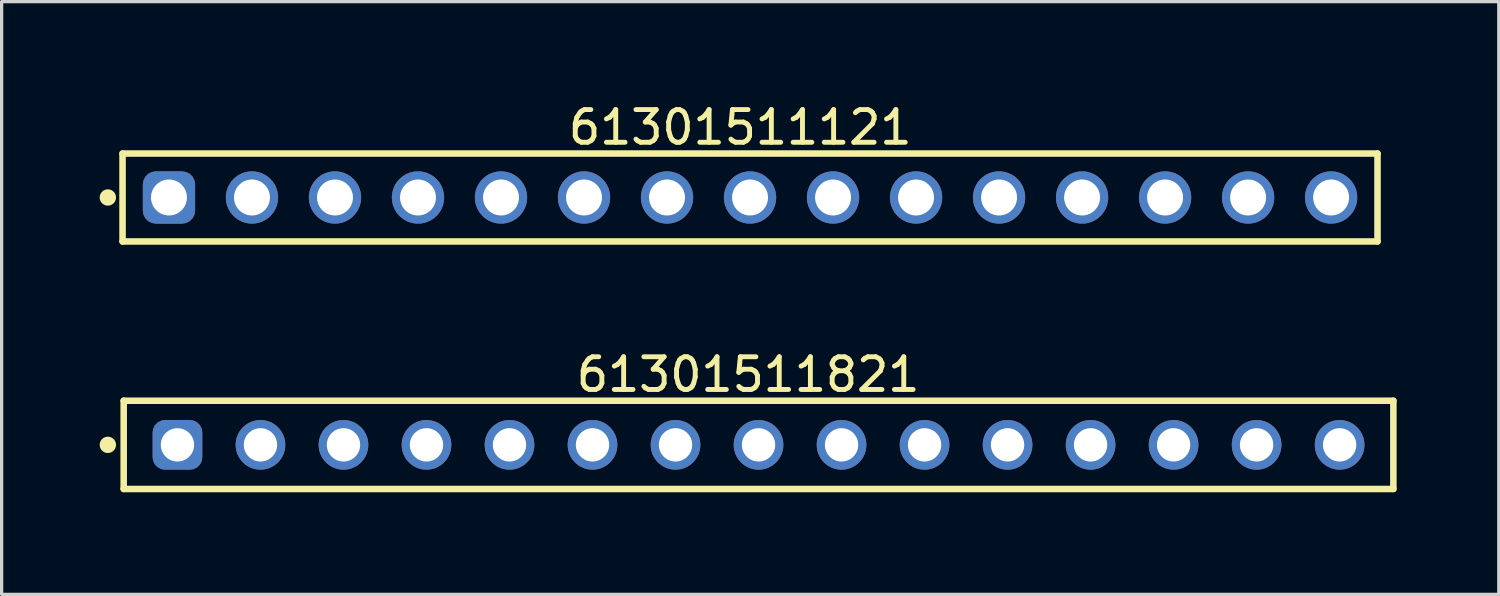
<source format=kicad_pcb>
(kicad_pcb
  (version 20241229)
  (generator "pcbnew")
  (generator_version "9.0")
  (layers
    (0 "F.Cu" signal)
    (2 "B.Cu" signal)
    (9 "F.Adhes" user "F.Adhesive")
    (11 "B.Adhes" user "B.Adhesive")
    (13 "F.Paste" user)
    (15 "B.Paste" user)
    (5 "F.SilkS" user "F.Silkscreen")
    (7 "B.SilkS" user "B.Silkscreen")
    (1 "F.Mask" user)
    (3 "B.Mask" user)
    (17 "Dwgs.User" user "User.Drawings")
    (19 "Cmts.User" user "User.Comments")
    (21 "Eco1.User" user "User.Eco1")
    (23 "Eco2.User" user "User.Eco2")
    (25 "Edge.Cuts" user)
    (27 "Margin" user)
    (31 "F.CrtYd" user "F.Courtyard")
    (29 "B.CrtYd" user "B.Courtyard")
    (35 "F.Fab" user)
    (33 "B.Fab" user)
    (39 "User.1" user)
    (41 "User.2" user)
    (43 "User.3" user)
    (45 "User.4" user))
  (footprint "61301511121"
    (layer "F.Cu")
    (at 19.9 2.993)
    (property "Reference" "61301511121" (at -0.3 -2.145 0) (layer "F.SilkS") (effects (font (size 1 1) (thickness 0.15))))
    (fp_line (start -19.2 -1.345) (end 19.2 -1.345) (stroke (width 0.2) (type solid)) (layer "F.SilkS"))
    (fp_line (start -19.2 1.345) (end -19.2 -1.345) (stroke (width 0.2) (type solid)) (layer "F.SilkS"))
    (fp_line (start -19.2 1.345) (end 19.2 1.345) (stroke (width 0.2) (type solid)) (layer "F.SilkS"))
    (fp_line (start 19.2 1.345) (end 19.2 -1.345) (stroke (width 0.2) (type solid)) (layer "F.SilkS"))
    (fp_circle (center -19.65 0) (end -19.65 -0.125) (stroke (width 0.25) (type solid)) (fill no) (layer "F.SilkS"))
    (fp_line (start -19.4 -1.545) (end 19.4 -1.545) (stroke (width 0.05) (type solid)) (layer "Eco2.User"))
    (fp_line (start -19.4 1.545) (end -19.4 -1.545) (stroke (width 0.05) (type solid)) (layer "Eco2.User"))
    (fp_line (start -19.4 1.545) (end 19.4 1.545) (stroke (width 0.05) (type solid)) (layer "Eco2.User"))
    (fp_line (start -19.05 -1.27) (end 19.05 -1.27) (stroke (width 0.1) (type solid)) (layer "Eco2.User"))
    (fp_line (start -19.05 1.27) (end -19.05 -1.27) (stroke (width 0.1) (type solid)) (layer "Eco2.User"))
    (fp_line (start -19.05 1.27) (end 19.05 1.27) (stroke (width 0.1) (type solid)) (layer "Eco2.User"))
    (fp_line (start -0.5 0) (end 0.5 0) (stroke (width 0.05) (type solid)) (layer "Eco2.User"))
    (fp_line (start 0 0.5) (end 0 -0.5) (stroke (width 0.05) (type solid)) (layer "Eco2.User"))
    (fp_line (start 19.05 1.27) (end 19.05 -1.27) (stroke (width 0.1) (type solid)) (layer "Eco2.User"))
    (fp_line (start 19.4 1.545) (end 19.4 -1.545) (stroke (width 0.05) (type solid)) (layer "Eco2.User"))
    (fp_text user "${REFERENCE}" (at 0.15 -0.197 0) (unlocked yes) (layer "User.3") (effects (font (size 1.5 1.5) (thickness 0.15))))
    (pad "1" thru_hole roundrect (at -17.78 0) (size 1.6 1.6) (drill 1.1) (layers "*.Cu" "*.Mask") (roundrect_rratio 0.25))
    (pad "2" thru_hole circle (at -15.24 0) (size 1.6 1.6) (drill 1.1) (layers "*.Cu" "*.Mask"))
    (pad "3" thru_hole circle (at -12.7 0) (size 1.6 1.6) (drill 1.1) (layers "*.Cu" "*.Mask"))
    (pad "4" thru_hole circle (at -10.16 0) (size 1.6 1.6) (drill 1.1) (layers "*.Cu" "*.Mask"))
    (pad "5" thru_hole circle (at -7.62 0) (size 1.6 1.6) (drill 1.1) (layers "*.Cu" "*.Mask"))
    (pad "6" thru_hole circle (at -5.08 0) (size 1.6 1.6) (drill 1.1) (layers "*.Cu" "*.Mask"))
    (pad "7" thru_hole circle (at -2.54 0) (size 1.6 1.6) (drill 1.1) (layers "*.Cu" "*.Mask"))
    (pad "8" thru_hole circle (at 0 0) (size 1.6 1.6) (drill 1.1) (layers "*.Cu" "*.Mask"))
    (pad "9" thru_hole circle (at 2.54 0) (size 1.6 1.6) (drill 1.1) (layers "*.Cu" "*.Mask"))
    (pad "10" thru_hole circle (at 5.08 0) (size 1.6 1.6) (drill 1.1) (layers "*.Cu" "*.Mask"))
    (pad "11" thru_hole circle (at 7.62 0) (size 1.6 1.6) (drill 1.1) (layers "*.Cu" "*.Mask"))
    (pad "12" thru_hole circle (at 10.16 0) (size 1.6 1.6) (drill 1.1) (layers "*.Cu" "*.Mask"))
    (pad "13" thru_hole circle (at 12.7 0) (size 1.6 1.6) (drill 1.1) (layers "*.Cu" "*.Mask"))
    (pad "14" thru_hole circle (at 15.24 0) (size 1.6 1.6) (drill 1.1) (layers "*.Cu" "*.Mask"))
    (pad "15" thru_hole circle (at 17.78 0) (size 1.6 1.6) (drill 1.1) (layers "*.Cu" "*.Mask")))
  (footprint "61301511821"
    (layer "F.Cu")
    (at 20.16 10.562)
    (property "Reference" "61301511821" (at -0.318 -2.15 0) (layer "F.SilkS") (effects (font (size 1 1) (thickness 0.15))))
    (fp_line (start -19.425 -1.35) (end 19.425 -1.35) (stroke (width 0.2) (type solid)) (layer "F.SilkS"))
    (fp_line (start -19.425 1.35) (end -19.425 -1.35) (stroke (width 0.2) (type solid)) (layer "F.SilkS"))
    (fp_line (start -19.425 1.35) (end 19.425 1.35) (stroke (width 0.2) (type solid)) (layer "F.SilkS"))
    (fp_line (start 19.425 1.35) (end 19.425 -1.35) (stroke (width 0.2) (type solid)) (layer "F.SilkS"))
    (fp_circle (center -19.91 0) (end -19.91 -0.125) (stroke (width 0.25) (type solid)) (fill no) (layer "F.SilkS"))
    (fp_line (start -19.625 -1.55) (end 19.625 -1.55) (stroke (width 0.05) (type solid)) (layer "Eco2.User"))
    (fp_line (start -19.625 1.55) (end -19.625 -1.55) (stroke (width 0.05) (type solid)) (layer "Eco2.User"))
    (fp_line (start -19.625 1.55) (end 19.625 1.55) (stroke (width 0.05) (type solid)) (layer "Eco2.User"))
    (fp_line (start -19.3 -1.25) (end 19.3 -1.25) (stroke (width 0.1) (type solid)) (layer "Eco2.User"))
    (fp_line (start -19.3 1.25) (end -19.3 -1.25) (stroke (width 0.1) (type solid)) (layer "Eco2.User"))
    (fp_line (start -19.3 1.25) (end 19.3 1.25) (stroke (width 0.1) (type solid)) (layer "Eco2.User"))
    (fp_line (start -0.5 0) (end 0.5 0) (stroke (width 0.05) (type solid)) (layer "Eco2.User"))
    (fp_line (start 0 0.5) (end 0 -0.5) (stroke (width 0.05) (type solid)) (layer "Eco2.User"))
    (fp_line (start 19.3 1.25) (end 19.3 -1.25) (stroke (width 0.1) (type solid)) (layer "Eco2.User"))
    (fp_line (start 19.625 1.55) (end 19.625 -1.55) (stroke (width 0.05) (type solid)) (layer "Eco2.User"))
    (fp_text user "${REFERENCE}" (at 0.15 -0.197 0) (unlocked yes) (layer "User.3") (effects (font (size 1.5 1.5) (thickness 0.15))))
    (pad "1" thru_hole roundrect (at -17.78 0) (size 1.52 1.52) (drill 1.02) (layers "*.Cu" "*.Mask") (roundrect_rratio 0.25))
    (pad "2" thru_hole circle (at -15.24 0) (size 1.52 1.52) (drill 1.02) (layers "*.Cu" "*.Mask"))
    (pad "3" thru_hole circle (at -12.7 0) (size 1.52 1.52) (drill 1.02) (layers "*.Cu" "*.Mask"))
    (pad "4" thru_hole circle (at -10.16 0) (size 1.52 1.52) (drill 1.02) (layers "*.Cu" "*.Mask"))
    (pad "5" thru_hole circle (at -7.62 0) (size 1.52 1.52) (drill 1.02) (layers "*.Cu" "*.Mask"))
    (pad "6" thru_hole circle (at -5.08 0) (size 1.52 1.52) (drill 1.02) (layers "*.Cu" "*.Mask"))
    (pad "7" thru_hole circle (at -2.54 0) (size 1.52 1.52) (drill 1.02) (layers "*.Cu" "*.Mask"))
    (pad "8" thru_hole circle (at 0 0) (size 1.52 1.52) (drill 1.02) (layers "*.Cu" "*.Mask"))
    (pad "9" thru_hole circle (at 2.54 0) (size 1.52 1.52) (drill 1.02) (layers "*.Cu" "*.Mask"))
    (pad "10" thru_hole circle (at 5.08 0) (size 1.52 1.52) (drill 1.02) (layers "*.Cu" "*.Mask"))
    (pad "11" thru_hole circle (at 7.62 0) (size 1.52 1.52) (drill 1.02) (layers "*.Cu" "*.Mask"))
    (pad "12" thru_hole circle (at 10.16 0) (size 1.52 1.52) (drill 1.02) (layers "*.Cu" "*.Mask"))
    (pad "13" thru_hole circle (at 12.7 0) (size 1.52 1.52) (drill 1.02) (layers "*.Cu" "*.Mask"))
    (pad "14" thru_hole circle (at 15.24 0) (size 1.52 1.52) (drill 1.02) (layers "*.Cu" "*.Mask"))
    (pad "15" thru_hole circle (at 17.78 0) (size 1.52 1.52) (drill 1.02) (layers "*.Cu" "*.Mask")))
  (gr_rect
    (start -3 -3)
    (end 42.81 15.136)
    (stroke (width 0.1) (type default))
    (fill no)
    (layer "Edge.Cuts")))
</source>
